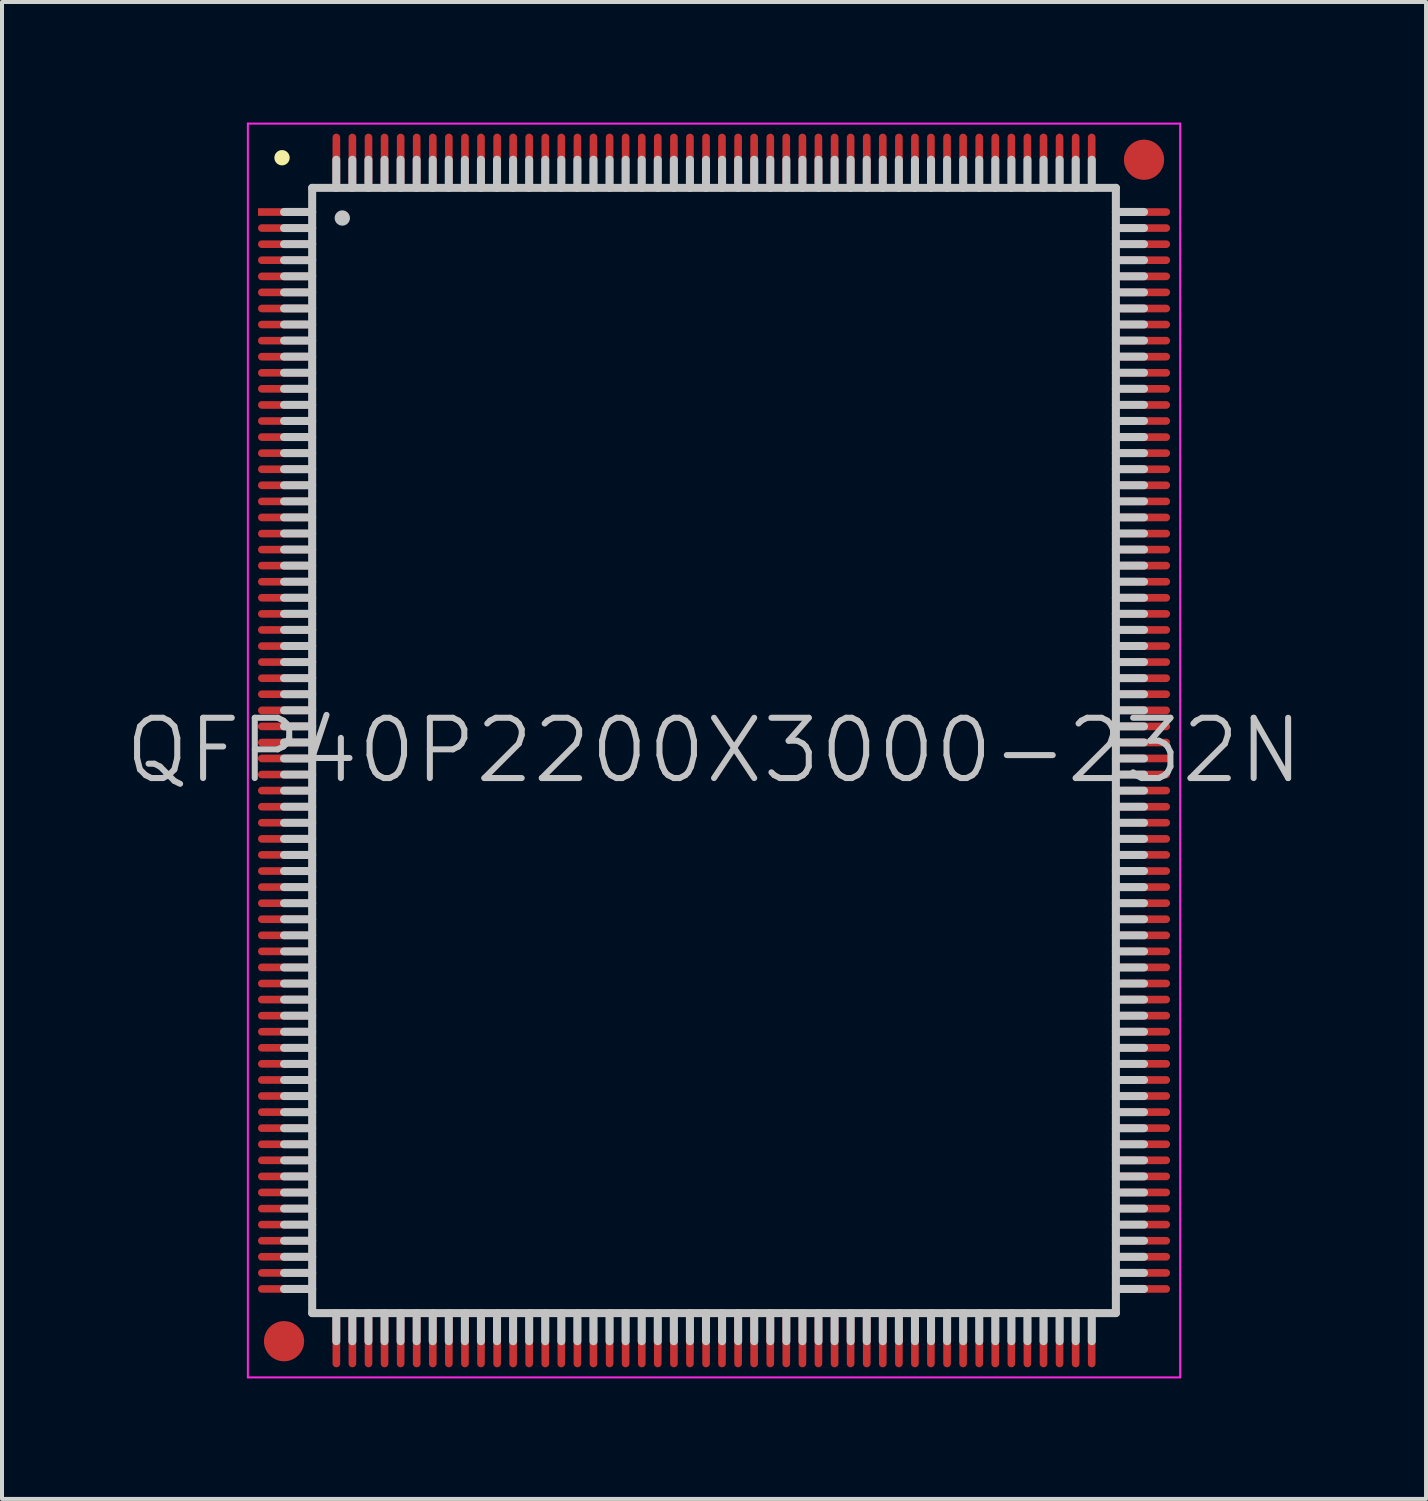
<source format=kicad_pcb>
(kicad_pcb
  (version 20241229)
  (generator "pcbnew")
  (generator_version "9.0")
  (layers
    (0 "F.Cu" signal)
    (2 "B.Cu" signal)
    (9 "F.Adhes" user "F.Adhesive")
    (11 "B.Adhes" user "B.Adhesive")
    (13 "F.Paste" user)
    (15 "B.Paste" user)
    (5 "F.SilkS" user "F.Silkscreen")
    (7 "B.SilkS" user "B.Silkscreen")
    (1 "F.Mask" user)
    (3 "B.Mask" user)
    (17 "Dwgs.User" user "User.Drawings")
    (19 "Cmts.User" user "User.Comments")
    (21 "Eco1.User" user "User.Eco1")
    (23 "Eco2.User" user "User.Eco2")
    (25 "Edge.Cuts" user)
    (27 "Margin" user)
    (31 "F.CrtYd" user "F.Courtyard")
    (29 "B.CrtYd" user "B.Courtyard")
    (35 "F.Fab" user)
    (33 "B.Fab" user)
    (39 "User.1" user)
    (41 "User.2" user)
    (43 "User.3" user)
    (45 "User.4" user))
  (footprint "QFP40P2200X3000-232N"
    (layer "F.Cu")
    (at 14.718 15.625)
    (property "Reference" "QFP40P2200X3000-232N" (at 0 0 0) (layer "Dwgs.User") (effects (font (size 1.5 1.5) (thickness 0.15))))
    (attr smd)
    (fp_line (start -10.75 -14.75) (end -10.75 -14.75) (stroke (width 0.381) (type solid)) (layer "F.SilkS"))
    (fp_line (start -10 -14) (end -10 14) (stroke (width 0.2) (type solid)) (layer "Dwgs.User"))
    (fp_line (start -10 -14) (end 10 -14) (stroke (width 0.2) (type solid)) (layer "Dwgs.User"))
    (fp_line (start -10 -13.4) (end -10.7 -13.4) (stroke (width 0.2) (type solid)) (layer "Dwgs.User"))
    (fp_line (start -10 -13) (end -10.7 -13) (stroke (width 0.2) (type solid)) (layer "Dwgs.User"))
    (fp_line (start -10 -12.6) (end -10.7 -12.6) (stroke (width 0.2) (type solid)) (layer "Dwgs.User"))
    (fp_line (start -10 -12.2) (end -10.7 -12.2) (stroke (width 0.2) (type solid)) (layer "Dwgs.User"))
    (fp_line (start -10 -11.8) (end -10.7 -11.8) (stroke (width 0.2) (type solid)) (layer "Dwgs.User"))
    (fp_line (start -10 -11.4) (end -10.7 -11.4) (stroke (width 0.2) (type solid)) (layer "Dwgs.User"))
    (fp_line (start -10 -11) (end -10.7 -11) (stroke (width 0.2) (type solid)) (layer "Dwgs.User"))
    (fp_line (start -10 -10.6) (end -10.7 -10.6) (stroke (width 0.2) (type solid)) (layer "Dwgs.User"))
    (fp_line (start -10 -10.2) (end -10.7 -10.2) (stroke (width 0.2) (type solid)) (layer "Dwgs.User"))
    (fp_line (start -10 -9.8) (end -10.7 -9.8) (stroke (width 0.2) (type solid)) (layer "Dwgs.User"))
    (fp_line (start -10 -9.4) (end -10.7 -9.4) (stroke (width 0.2) (type solid)) (layer "Dwgs.User"))
    (fp_line (start -10 -9) (end -10.7 -9) (stroke (width 0.2) (type solid)) (layer "Dwgs.User"))
    (fp_line (start -10 -8.6) (end -10.7 -8.6) (stroke (width 0.2) (type solid)) (layer "Dwgs.User"))
    (fp_line (start -10 -8.2) (end -10.7 -8.2) (stroke (width 0.2) (type solid)) (layer "Dwgs.User"))
    (fp_line (start -10 -7.8) (end -10.7 -7.8) (stroke (width 0.2) (type solid)) (layer "Dwgs.User"))
    (fp_line (start -10 -7.4) (end -10.7 -7.4) (stroke (width 0.2) (type solid)) (layer "Dwgs.User"))
    (fp_line (start -10 -7) (end -10.7 -7) (stroke (width 0.2) (type solid)) (layer "Dwgs.User"))
    (fp_line (start -10 -6.6) (end -10.7 -6.6) (stroke (width 0.2) (type solid)) (layer "Dwgs.User"))
    (fp_line (start -10 -6.2) (end -10.7 -6.2) (stroke (width 0.2) (type solid)) (layer "Dwgs.User"))
    (fp_line (start -10 -5.8) (end -10.7 -5.8) (stroke (width 0.2) (type solid)) (layer "Dwgs.User"))
    (fp_line (start -10 -5.4) (end -10.7 -5.4) (stroke (width 0.2) (type solid)) (layer "Dwgs.User"))
    (fp_line (start -10 -5) (end -10.7 -5) (stroke (width 0.2) (type solid)) (layer "Dwgs.User"))
    (fp_line (start -10 -4.6) (end -10.7 -4.6) (stroke (width 0.2) (type solid)) (layer "Dwgs.User"))
    (fp_line (start -10 -4.2) (end -10.7 -4.2) (stroke (width 0.2) (type solid)) (layer "Dwgs.User"))
    (fp_line (start -10 -3.8) (end -10.7 -3.8) (stroke (width 0.2) (type solid)) (layer "Dwgs.User"))
    (fp_line (start -10 -3.4) (end -10.7 -3.4) (stroke (width 0.2) (type solid)) (layer "Dwgs.User"))
    (fp_line (start -10 -3) (end -10.7 -3) (stroke (width 0.2) (type solid)) (layer "Dwgs.User"))
    (fp_line (start -10 -2.6) (end -10.7 -2.6) (stroke (width 0.2) (type solid)) (layer "Dwgs.User"))
    (fp_line (start -10 -2.2) (end -10.7 -2.2) (stroke (width 0.2) (type solid)) (layer "Dwgs.User"))
    (fp_line (start -10 -1.8) (end -10.7 -1.8) (stroke (width 0.2) (type solid)) (layer "Dwgs.User"))
    (fp_line (start -10 -1.4) (end -10.7 -1.4) (stroke (width 0.2) (type solid)) (layer "Dwgs.User"))
    (fp_line (start -10 -1) (end -10.7 -1) (stroke (width 0.2) (type solid)) (layer "Dwgs.User"))
    (fp_line (start -10 -0.6) (end -10.7 -0.6) (stroke (width 0.2) (type solid)) (layer "Dwgs.User"))
    (fp_line (start -10 -0.2) (end -10.7 -0.2) (stroke (width 0.2) (type solid)) (layer "Dwgs.User"))
    (fp_line (start -10 0.2) (end -10.7 0.2) (stroke (width 0.2) (type solid)) (layer "Dwgs.User"))
    (fp_line (start -10 0.6) (end -10.7 0.6) (stroke (width 0.2) (type solid)) (layer "Dwgs.User"))
    (fp_line (start -10 1) (end -10.7 1) (stroke (width 0.2) (type solid)) (layer "Dwgs.User"))
    (fp_line (start -10 1.4) (end -10.7 1.4) (stroke (width 0.2) (type solid)) (layer "Dwgs.User"))
    (fp_line (start -10 1.8) (end -10.7 1.8) (stroke (width 0.2) (type solid)) (layer "Dwgs.User"))
    (fp_line (start -10 2.2) (end -10.7 2.2) (stroke (width 0.2) (type solid)) (layer "Dwgs.User"))
    (fp_line (start -10 2.6) (end -10.7 2.6) (stroke (width 0.2) (type solid)) (layer "Dwgs.User"))
    (fp_line (start -10 3) (end -10.7 3) (stroke (width 0.2) (type solid)) (layer "Dwgs.User"))
    (fp_line (start -10 3.4) (end -10.7 3.4) (stroke (width 0.2) (type solid)) (layer "Dwgs.User"))
    (fp_line (start -10 3.8) (end -10.7 3.8) (stroke (width 0.2) (type solid)) (layer "Dwgs.User"))
    (fp_line (start -10 4.2) (end -10.7 4.2) (stroke (width 0.2) (type solid)) (layer "Dwgs.User"))
    (fp_line (start -10 4.6) (end -10.7 4.6) (stroke (width 0.2) (type solid)) (layer "Dwgs.User"))
    (fp_line (start -10 5) (end -10.7 5) (stroke (width 0.2) (type solid)) (layer "Dwgs.User"))
    (fp_line (start -10 5.4) (end -10.7 5.4) (stroke (width 0.2) (type solid)) (layer "Dwgs.User"))
    (fp_line (start -10 5.8) (end -10.7 5.8) (stroke (width 0.2) (type solid)) (layer "Dwgs.User"))
    (fp_line (start -10 6.2) (end -10.7 6.2) (stroke (width 0.2) (type solid)) (layer "Dwgs.User"))
    (fp_line (start -10 6.6) (end -10.7 6.6) (stroke (width 0.2) (type solid)) (layer "Dwgs.User"))
    (fp_line (start -10 7) (end -10.7 7) (stroke (width 0.2) (type solid)) (layer "Dwgs.User"))
    (fp_line (start -10 7.4) (end -10.7 7.4) (stroke (width 0.2) (type solid)) (layer "Dwgs.User"))
    (fp_line (start -10 7.8) (end -10.7 7.8) (stroke (width 0.2) (type solid)) (layer "Dwgs.User"))
    (fp_line (start -10 8.2) (end -10.7 8.2) (stroke (width 0.2) (type solid)) (layer "Dwgs.User"))
    (fp_line (start -10 8.6) (end -10.7 8.6) (stroke (width 0.2) (type solid)) (layer "Dwgs.User"))
    (fp_line (start -10 9) (end -10.7 9) (stroke (width 0.2) (type solid)) (layer "Dwgs.User"))
    (fp_line (start -10 9.4) (end -10.7 9.4) (stroke (width 0.2) (type solid)) (layer "Dwgs.User"))
    (fp_line (start -10 9.8) (end -10.7 9.8) (stroke (width 0.2) (type solid)) (layer "Dwgs.User"))
    (fp_line (start -10 10.2) (end -10.7 10.2) (stroke (width 0.2) (type solid)) (layer "Dwgs.User"))
    (fp_line (start -10 10.6) (end -10.7 10.6) (stroke (width 0.2) (type solid)) (layer "Dwgs.User"))
    (fp_line (start -10 11) (end -10.7 11) (stroke (width 0.2) (type solid)) (layer "Dwgs.User"))
    (fp_line (start -10 11.4) (end -10.7 11.4) (stroke (width 0.2) (type solid)) (layer "Dwgs.User"))
    (fp_line (start -10 11.8) (end -10.7 11.8) (stroke (width 0.2) (type solid)) (layer "Dwgs.User"))
    (fp_line (start -10 12.2) (end -10.7 12.2) (stroke (width 0.2) (type solid)) (layer "Dwgs.User"))
    (fp_line (start -10 12.6) (end -10.7 12.6) (stroke (width 0.2) (type solid)) (layer "Dwgs.User"))
    (fp_line (start -10 13) (end -10.7 13) (stroke (width 0.2) (type solid)) (layer "Dwgs.User"))
    (fp_line (start -10 13.4) (end -10.7 13.4) (stroke (width 0.2) (type solid)) (layer "Dwgs.User"))
    (fp_line (start -10 14) (end 10 14) (stroke (width 0.2) (type solid)) (layer "Dwgs.User"))
    (fp_line (start -9.4 -14) (end -9.4 -14.7) (stroke (width 0.2) (type solid)) (layer "Dwgs.User"))
    (fp_line (start -9.4 14.7) (end -9.4 14) (stroke (width 0.2) (type solid)) (layer "Dwgs.User"))
    (fp_line (start -9.25 -13.25) (end -9.25 -13.25) (stroke (width 0.381) (type solid)) (layer "Dwgs.User"))
    (fp_line (start -9 -14) (end -9 -14.7) (stroke (width 0.2) (type solid)) (layer "Dwgs.User"))
    (fp_line (start -9 14.7) (end -9 14) (stroke (width 0.2) (type solid)) (layer "Dwgs.User"))
    (fp_line (start -8.6 -14) (end -8.6 -14.7) (stroke (width 0.2) (type solid)) (layer "Dwgs.User"))
    (fp_line (start -8.6 14.7) (end -8.6 14) (stroke (width 0.2) (type solid)) (layer "Dwgs.User"))
    (fp_line (start -8.2 -14) (end -8.2 -14.7) (stroke (width 0.2) (type solid)) (layer "Dwgs.User"))
    (fp_line (start -8.2 14.7) (end -8.2 14) (stroke (width 0.2) (type solid)) (layer "Dwgs.User"))
    (fp_line (start -7.8 -14) (end -7.8 -14.7) (stroke (width 0.2) (type solid)) (layer "Dwgs.User"))
    (fp_line (start -7.8 14.7) (end -7.8 14) (stroke (width 0.2) (type solid)) (layer "Dwgs.User"))
    (fp_line (start -7.4 -14) (end -7.4 -14.7) (stroke (width 0.2) (type solid)) (layer "Dwgs.User"))
    (fp_line (start -7.4 14.7) (end -7.4 14) (stroke (width 0.2) (type solid)) (layer "Dwgs.User"))
    (fp_line (start -7 -14) (end -7 -14.7) (stroke (width 0.2) (type solid)) (layer "Dwgs.User"))
    (fp_line (start -7 14.7) (end -7 14) (stroke (width 0.2) (type solid)) (layer "Dwgs.User"))
    (fp_line (start -6.6 -14) (end -6.6 -14.7) (stroke (width 0.2) (type solid)) (layer "Dwgs.User"))
    (fp_line (start -6.6 14.7) (end -6.6 14) (stroke (width 0.2) (type solid)) (layer "Dwgs.User"))
    (fp_line (start -6.2 -14) (end -6.2 -14.7) (stroke (width 0.2) (type solid)) (layer "Dwgs.User"))
    (fp_line (start -6.2 14.7) (end -6.2 14) (stroke (width 0.2) (type solid)) (layer "Dwgs.User"))
    (fp_line (start -5.8 -14) (end -5.8 -14.7) (stroke (width 0.2) (type solid)) (layer "Dwgs.User"))
    (fp_line (start -5.8 14.7) (end -5.8 14) (stroke (width 0.2) (type solid)) (layer "Dwgs.User"))
    (fp_line (start -5.4 -14) (end -5.4 -14.7) (stroke (width 0.2) (type solid)) (layer "Dwgs.User"))
    (fp_line (start -5.4 14.7) (end -5.4 14) (stroke (width 0.2) (type solid)) (layer "Dwgs.User"))
    (fp_line (start -5 -14) (end -5 -14.7) (stroke (width 0.2) (type solid)) (layer "Dwgs.User"))
    (fp_line (start -5 14.7) (end -5 14) (stroke (width 0.2) (type solid)) (layer "Dwgs.User"))
    (fp_line (start -4.6 -14) (end -4.6 -14.7) (stroke (width 0.2) (type solid)) (layer "Dwgs.User"))
    (fp_line (start -4.6 14.7) (end -4.6 14) (stroke (width 0.2) (type solid)) (layer "Dwgs.User"))
    (fp_line (start -4.2 -14) (end -4.2 -14.7) (stroke (width 0.2) (type solid)) (layer "Dwgs.User"))
    (fp_line (start -4.2 14.7) (end -4.2 14) (stroke (width 0.2) (type solid)) (layer "Dwgs.User"))
    (fp_line (start -3.8 -14) (end -3.8 -14.7) (stroke (width 0.2) (type solid)) (layer "Dwgs.User"))
    (fp_line (start -3.8 14.7) (end -3.8 14) (stroke (width 0.2) (type solid)) (layer "Dwgs.User"))
    (fp_line (start -3.4 -14) (end -3.4 -14.7) (stroke (width 0.2) (type solid)) (layer "Dwgs.User"))
    (fp_line (start -3.4 14.7) (end -3.4 14) (stroke (width 0.2) (type solid)) (layer "Dwgs.User"))
    (fp_line (start -3 -14) (end -3 -14.7) (stroke (width 0.2) (type solid)) (layer "Dwgs.User"))
    (fp_line (start -3 14.7) (end -3 14) (stroke (width 0.2) (type solid)) (layer "Dwgs.User"))
    (fp_line (start -2.6 -14) (end -2.6 -14.7) (stroke (width 0.2) (type solid)) (layer "Dwgs.User"))
    (fp_line (start -2.6 14.7) (end -2.6 14) (stroke (width 0.2) (type solid)) (layer "Dwgs.User"))
    (fp_line (start -2.2 -14) (end -2.2 -14.7) (stroke (width 0.2) (type solid)) (layer "Dwgs.User"))
    (fp_line (start -2.2 14.7) (end -2.2 14) (stroke (width 0.2) (type solid)) (layer "Dwgs.User"))
    (fp_line (start -1.8 -14) (end -1.8 -14.7) (stroke (width 0.2) (type solid)) (layer "Dwgs.User"))
    (fp_line (start -1.8 14.7) (end -1.8 14) (stroke (width 0.2) (type solid)) (layer "Dwgs.User"))
    (fp_line (start -1.4 -14) (end -1.4 -14.7) (stroke (width 0.2) (type solid)) (layer "Dwgs.User"))
    (fp_line (start -1.4 14.7) (end -1.4 14) (stroke (width 0.2) (type solid)) (layer "Dwgs.User"))
    (fp_line (start -1 -14) (end -1 -14.7) (stroke (width 0.2) (type solid)) (layer "Dwgs.User"))
    (fp_line (start -1 14.7) (end -1 14) (stroke (width 0.2) (type solid)) (layer "Dwgs.User"))
    (fp_line (start -0.6 -14) (end -0.6 -14.7) (stroke (width 0.2) (type solid)) (layer "Dwgs.User"))
    (fp_line (start -0.6 14.7) (end -0.6 14) (stroke (width 0.2) (type solid)) (layer "Dwgs.User"))
    (fp_line (start -0.2 -14) (end -0.2 -14.7) (stroke (width 0.2) (type solid)) (layer "Dwgs.User"))
    (fp_line (start -0.2 14.7) (end -0.2 14) (stroke (width 0.2) (type solid)) (layer "Dwgs.User"))
    (fp_line (start 0.2 -14) (end 0.2 -14.7) (stroke (width 0.2) (type solid)) (layer "Dwgs.User"))
    (fp_line (start 0.2 14.7) (end 0.2 14) (stroke (width 0.2) (type solid)) (layer "Dwgs.User"))
    (fp_line (start 0.6 -14) (end 0.6 -14.7) (stroke (width 0.2) (type solid)) (layer "Dwgs.User"))
    (fp_line (start 0.6 14.7) (end 0.6 14) (stroke (width 0.2) (type solid)) (layer "Dwgs.User"))
    (fp_line (start 1 -14) (end 1 -14.7) (stroke (width 0.2) (type solid)) (layer "Dwgs.User"))
    (fp_line (start 1 14.7) (end 1 14) (stroke (width 0.2) (type solid)) (layer "Dwgs.User"))
    (fp_line (start 1.4 -14) (end 1.4 -14.7) (stroke (width 0.2) (type solid)) (layer "Dwgs.User"))
    (fp_line (start 1.4 14.7) (end 1.4 14) (stroke (width 0.2) (type solid)) (layer "Dwgs.User"))
    (fp_line (start 1.8 -14) (end 1.8 -14.7) (stroke (width 0.2) (type solid)) (layer "Dwgs.User"))
    (fp_line (start 1.8 14.7) (end 1.8 14) (stroke (width 0.2) (type solid)) (layer "Dwgs.User"))
    (fp_line (start 2.2 -14) (end 2.2 -14.7) (stroke (width 0.2) (type solid)) (layer "Dwgs.User"))
    (fp_line (start 2.2 14.7) (end 2.2 14) (stroke (width 0.2) (type solid)) (layer "Dwgs.User"))
    (fp_line (start 2.6 -14) (end 2.6 -14.7) (stroke (width 0.2) (type solid)) (layer "Dwgs.User"))
    (fp_line (start 2.6 14.7) (end 2.6 14) (stroke (width 0.2) (type solid)) (layer "Dwgs.User"))
    (fp_line (start 3 -14) (end 3 -14.7) (stroke (width 0.2) (type solid)) (layer "Dwgs.User"))
    (fp_line (start 3 14.7) (end 3 14) (stroke (width 0.2) (type solid)) (layer "Dwgs.User"))
    (fp_line (start 3.4 -14) (end 3.4 -14.7) (stroke (width 0.2) (type solid)) (layer "Dwgs.User"))
    (fp_line (start 3.4 14.7) (end 3.4 14) (stroke (width 0.2) (type solid)) (layer "Dwgs.User"))
    (fp_line (start 3.8 -14) (end 3.8 -14.7) (stroke (width 0.2) (type solid)) (layer "Dwgs.User"))
    (fp_line (start 3.8 14.7) (end 3.8 14) (stroke (width 0.2) (type solid)) (layer "Dwgs.User"))
    (fp_line (start 4.2 -14) (end 4.2 -14.7) (stroke (width 0.2) (type solid)) (layer "Dwgs.User"))
    (fp_line (start 4.2 14.7) (end 4.2 14) (stroke (width 0.2) (type solid)) (layer "Dwgs.User"))
    (fp_line (start 4.6 -14) (end 4.6 -14.7) (stroke (width 0.2) (type solid)) (layer "Dwgs.User"))
    (fp_line (start 4.6 14.7) (end 4.6 14) (stroke (width 0.2) (type solid)) (layer "Dwgs.User"))
    (fp_line (start 5 -14) (end 5 -14.7) (stroke (width 0.2) (type solid)) (layer "Dwgs.User"))
    (fp_line (start 5 14.7) (end 5 14) (stroke (width 0.2) (type solid)) (layer "Dwgs.User"))
    (fp_line (start 5.4 -14) (end 5.4 -14.7) (stroke (width 0.2) (type solid)) (layer "Dwgs.User"))
    (fp_line (start 5.4 14.7) (end 5.4 14) (stroke (width 0.2) (type solid)) (layer "Dwgs.User"))
    (fp_line (start 5.8 -14) (end 5.8 -14.7) (stroke (width 0.2) (type solid)) (layer "Dwgs.User"))
    (fp_line (start 5.8 14.7) (end 5.8 14) (stroke (width 0.2) (type solid)) (layer "Dwgs.User"))
    (fp_line (start 6.2 -14) (end 6.2 -14.7) (stroke (width 0.2) (type solid)) (layer "Dwgs.User"))
    (fp_line (start 6.2 14.7) (end 6.2 14) (stroke (width 0.2) (type solid)) (layer "Dwgs.User"))
    (fp_line (start 6.6 -14) (end 6.6 -14.7) (stroke (width 0.2) (type solid)) (layer "Dwgs.User"))
    (fp_line (start 6.6 14.7) (end 6.6 14) (stroke (width 0.2) (type solid)) (layer "Dwgs.User"))
    (fp_line (start 7 -14) (end 7 -14.7) (stroke (width 0.2) (type solid)) (layer "Dwgs.User"))
    (fp_line (start 7 14.7) (end 7 14) (stroke (width 0.2) (type solid)) (layer "Dwgs.User"))
    (fp_line (start 7.4 -14) (end 7.4 -14.7) (stroke (width 0.2) (type solid)) (layer "Dwgs.User"))
    (fp_line (start 7.4 14.7) (end 7.4 14) (stroke (width 0.2) (type solid)) (layer "Dwgs.User"))
    (fp_line (start 7.8 -14) (end 7.8 -14.7) (stroke (width 0.2) (type solid)) (layer "Dwgs.User"))
    (fp_line (start 7.8 14.7) (end 7.8 14) (stroke (width 0.2) (type solid)) (layer "Dwgs.User"))
    (fp_line (start 8.2 -14) (end 8.2 -14.7) (stroke (width 0.2) (type solid)) (layer "Dwgs.User"))
    (fp_line (start 8.2 14.7) (end 8.2 14) (stroke (width 0.2) (type solid)) (layer "Dwgs.User"))
    (fp_line (start 8.6 -14) (end 8.6 -14.7) (stroke (width 0.2) (type solid)) (layer "Dwgs.User"))
    (fp_line (start 8.6 14.7) (end 8.6 14) (stroke (width 0.2) (type solid)) (layer "Dwgs.User"))
    (fp_line (start 9 -14) (end 9 -14.7) (stroke (width 0.2) (type solid)) (layer "Dwgs.User"))
    (fp_line (start 9 14.7) (end 9 14) (stroke (width 0.2) (type solid)) (layer "Dwgs.User"))
    (fp_line (start 9.4 -14) (end 9.4 -14.7) (stroke (width 0.2) (type solid)) (layer "Dwgs.User"))
    (fp_line (start 9.4 14.7) (end 9.4 14) (stroke (width 0.2) (type solid)) (layer "Dwgs.User"))
    (fp_line (start 10 -14) (end 10 14) (stroke (width 0.2) (type solid)) (layer "Dwgs.User"))
    (fp_line (start 10.7 -13.4) (end 10 -13.4) (stroke (width 0.2) (type solid)) (layer "Dwgs.User"))
    (fp_line (start 10.7 -13) (end 10 -13) (stroke (width 0.2) (type solid)) (layer "Dwgs.User"))
    (fp_line (start 10.7 -12.6) (end 10 -12.6) (stroke (width 0.2) (type solid)) (layer "Dwgs.User"))
    (fp_line (start 10.7 -12.2) (end 10 -12.2) (stroke (width 0.2) (type solid)) (layer "Dwgs.User"))
    (fp_line (start 10.7 -11.8) (end 10 -11.8) (stroke (width 0.2) (type solid)) (layer "Dwgs.User"))
    (fp_line (start 10.7 -11.4) (end 10 -11.4) (stroke (width 0.2) (type solid)) (layer "Dwgs.User"))
    (fp_line (start 10.7 -11) (end 10 -11) (stroke (width 0.2) (type solid)) (layer "Dwgs.User"))
    (fp_line (start 10.7 -10.6) (end 10 -10.6) (stroke (width 0.2) (type solid)) (layer "Dwgs.User"))
    (fp_line (start 10.7 -10.2) (end 10 -10.2) (stroke (width 0.2) (type solid)) (layer "Dwgs.User"))
    (fp_line (start 10.7 -9.8) (end 10 -9.8) (stroke (width 0.2) (type solid)) (layer "Dwgs.User"))
    (fp_line (start 10.7 -9.4) (end 10 -9.4) (stroke (width 0.2) (type solid)) (layer "Dwgs.User"))
    (fp_line (start 10.7 -9) (end 10 -9) (stroke (width 0.2) (type solid)) (layer "Dwgs.User"))
    (fp_line (start 10.7 -8.6) (end 10 -8.6) (stroke (width 0.2) (type solid)) (layer "Dwgs.User"))
    (fp_line (start 10.7 -8.2) (end 10 -8.2) (stroke (width 0.2) (type solid)) (layer "Dwgs.User"))
    (fp_line (start 10.7 -7.8) (end 10 -7.8) (stroke (width 0.2) (type solid)) (layer "Dwgs.User"))
    (fp_line (start 10.7 -7.4) (end 10 -7.4) (stroke (width 0.2) (type solid)) (layer "Dwgs.User"))
    (fp_line (start 10.7 -7) (end 10 -7) (stroke (width 0.2) (type solid)) (layer "Dwgs.User"))
    (fp_line (start 10.7 -6.6) (end 10 -6.6) (stroke (width 0.2) (type solid)) (layer "Dwgs.User"))
    (fp_line (start 10.7 -6.2) (end 10 -6.2) (stroke (width 0.2) (type solid)) (layer "Dwgs.User"))
    (fp_line (start 10.7 -5.8) (end 10 -5.8) (stroke (width 0.2) (type solid)) (layer "Dwgs.User"))
    (fp_line (start 10.7 -5.4) (end 10 -5.4) (stroke (width 0.2) (type solid)) (layer "Dwgs.User"))
    (fp_line (start 10.7 -5) (end 10 -5) (stroke (width 0.2) (type solid)) (layer "Dwgs.User"))
    (fp_line (start 10.7 -4.6) (end 10 -4.6) (stroke (width 0.2) (type solid)) (layer "Dwgs.User"))
    (fp_line (start 10.7 -4.2) (end 10 -4.2) (stroke (width 0.2) (type solid)) (layer "Dwgs.User"))
    (fp_line (start 10.7 -3.8) (end 10 -3.8) (stroke (width 0.2) (type solid)) (layer "Dwgs.User"))
    (fp_line (start 10.7 -3.4) (end 10 -3.4) (stroke (width 0.2) (type solid)) (layer "Dwgs.User"))
    (fp_line (start 10.7 -3) (end 10 -3) (stroke (width 0.2) (type solid)) (layer "Dwgs.User"))
    (fp_line (start 10.7 -2.6) (end 10 -2.6) (stroke (width 0.2) (type solid)) (layer "Dwgs.User"))
    (fp_line (start 10.7 -2.2) (end 10 -2.2) (stroke (width 0.2) (type solid)) (layer "Dwgs.User"))
    (fp_line (start 10.7 -1.8) (end 10 -1.8) (stroke (width 0.2) (type solid)) (layer "Dwgs.User"))
    (fp_line (start 10.7 -1.4) (end 10 -1.4) (stroke (width 0.2) (type solid)) (layer "Dwgs.User"))
    (fp_line (start 10.7 -1) (end 10 -1) (stroke (width 0.2) (type solid)) (layer "Dwgs.User"))
    (fp_line (start 10.7 -0.6) (end 10 -0.6) (stroke (width 0.2) (type solid)) (layer "Dwgs.User"))
    (fp_line (start 10.7 -0.2) (end 10 -0.2) (stroke (width 0.2) (type solid)) (layer "Dwgs.User"))
    (fp_line (start 10.7 0.2) (end 10 0.2) (stroke (width 0.2) (type solid)) (layer "Dwgs.User"))
    (fp_line (start 10.7 0.6) (end 10 0.6) (stroke (width 0.2) (type solid)) (layer "Dwgs.User"))
    (fp_line (start 10.7 1) (end 10 1) (stroke (width 0.2) (type solid)) (layer "Dwgs.User"))
    (fp_line (start 10.7 1.4) (end 10 1.4) (stroke (width 0.2) (type solid)) (layer "Dwgs.User"))
    (fp_line (start 10.7 1.8) (end 10 1.8) (stroke (width 0.2) (type solid)) (layer "Dwgs.User"))
    (fp_line (start 10.7 2.2) (end 10 2.2) (stroke (width 0.2) (type solid)) (layer "Dwgs.User"))
    (fp_line (start 10.7 2.6) (end 10 2.6) (stroke (width 0.2) (type solid)) (layer "Dwgs.User"))
    (fp_line (start 10.7 3) (end 10 3) (stroke (width 0.2) (type solid)) (layer "Dwgs.User"))
    (fp_line (start 10.7 3.4) (end 10 3.4) (stroke (width 0.2) (type solid)) (layer "Dwgs.User"))
    (fp_line (start 10.7 3.8) (end 10 3.8) (stroke (width 0.2) (type solid)) (layer "Dwgs.User"))
    (fp_line (start 10.7 4.2) (end 10 4.2) (stroke (width 0.2) (type solid)) (layer "Dwgs.User"))
    (fp_line (start 10.7 4.6) (end 10 4.6) (stroke (width 0.2) (type solid)) (layer "Dwgs.User"))
    (fp_line (start 10.7 5) (end 10 5) (stroke (width 0.2) (type solid)) (layer "Dwgs.User"))
    (fp_line (start 10.7 5.4) (end 10 5.4) (stroke (width 0.2) (type solid)) (layer "Dwgs.User"))
    (fp_line (start 10.7 5.8) (end 10 5.8) (stroke (width 0.2) (type solid)) (layer "Dwgs.User"))
    (fp_line (start 10.7 6.2) (end 10 6.2) (stroke (width 0.2) (type solid)) (layer "Dwgs.User"))
    (fp_line (start 10.7 6.6) (end 10 6.6) (stroke (width 0.2) (type solid)) (layer "Dwgs.User"))
    (fp_line (start 10.7 7) (end 10 7) (stroke (width 0.2) (type solid)) (layer "Dwgs.User"))
    (fp_line (start 10.7 7.4) (end 10 7.4) (stroke (width 0.2) (type solid)) (layer "Dwgs.User"))
    (fp_line (start 10.7 7.8) (end 10 7.8) (stroke (width 0.2) (type solid)) (layer "Dwgs.User"))
    (fp_line (start 10.7 8.2) (end 10 8.2) (stroke (width 0.2) (type solid)) (layer "Dwgs.User"))
    (fp_line (start 10.7 8.6) (end 10 8.6) (stroke (width 0.2) (type solid)) (layer "Dwgs.User"))
    (fp_line (start 10.7 9) (end 10 9) (stroke (width 0.2) (type solid)) (layer "Dwgs.User"))
    (fp_line (start 10.7 9.4) (end 10 9.4) (stroke (width 0.2) (type solid)) (layer "Dwgs.User"))
    (fp_line (start 10.7 9.8) (end 10 9.8) (stroke (width 0.2) (type solid)) (layer "Dwgs.User"))
    (fp_line (start 10.7 10.2) (end 10 10.2) (stroke (width 0.2) (type solid)) (layer "Dwgs.User"))
    (fp_line (start 10.7 10.6) (end 10 10.6) (stroke (width 0.2) (type solid)) (layer "Dwgs.User"))
    (fp_line (start 10.7 11) (end 10 11) (stroke (width 0.2) (type solid)) (layer "Dwgs.User"))
    (fp_line (start 10.7 11.4) (end 10 11.4) (stroke (width 0.2) (type solid)) (layer "Dwgs.User"))
    (fp_line (start 10.7 11.8) (end 10 11.8) (stroke (width 0.2) (type solid)) (layer "Dwgs.User"))
    (fp_line (start 10.7 12.2) (end 10 12.2) (stroke (width 0.2) (type solid)) (layer "Dwgs.User"))
    (fp_line (start 10.7 12.6) (end 10 12.6) (stroke (width 0.2) (type solid)) (layer "Dwgs.User"))
    (fp_line (start 10.7 13) (end 10 13) (stroke (width 0.2) (type solid)) (layer "Dwgs.User"))
    (fp_line (start 10.7 13.4) (end 10 13.4) (stroke (width 0.2) (type solid)) (layer "Dwgs.User"))
    (fp_line (start -11.6 -15.6) (end -11.6 15.6) (stroke (width 0.05) (type solid)) (layer "F.CrtYd"))
    (fp_line (start -11.6 -15.6) (end 11.6 -15.6) (stroke (width 0.05) (type solid)) (layer "F.CrtYd"))
    (fp_line (start -11.6 15.6) (end 11.6 15.6) (stroke (width 0.05) (type solid)) (layer "F.CrtYd"))
    (fp_line (start 11.6 -15.6) (end 11.6 15.6) (stroke (width 0.05) (type solid)) (layer "F.CrtYd"))
    (pad "" smd circle (at -10.7 14.7) (size 1 1) (layers "F.Cu" "F.Mask"))
    (pad "" smd circle (at 10.7 -14.7) (size 1 1) (layers "F.Cu" "F.Mask"))
    (pad "1" smd rect (at -10.698 -13.399 90) (size 0.19 1.3) (layers "F.Cu" "F.Mask" "F.Paste"))
    (pad "2" smd oval (at -10.698 -13 90) (size 0.19 1.3) (layers "F.Cu" "F.Mask" "F.Paste"))
    (pad "3" smd oval (at -10.698 -12.598 90) (size 0.19 1.3) (layers "F.Cu" "F.Mask" "F.Paste"))
    (pad "4" smd oval (at -10.698 -12.2 90) (size 0.19 1.3) (layers "F.Cu" "F.Mask" "F.Paste"))
    (pad "5" smd oval (at -10.698 -11.798 90) (size 0.19 1.3) (layers "F.Cu" "F.Mask" "F.Paste"))
    (pad "6" smd oval (at -10.698 -11.4 90) (size 0.19 1.3) (layers "F.Cu" "F.Mask" "F.Paste"))
    (pad "7" smd oval (at -10.698 -10.998 90) (size 0.19 1.3) (layers "F.Cu" "F.Mask" "F.Paste"))
    (pad "8" smd oval (at -10.698 -10.599 90) (size 0.19 1.3) (layers "F.Cu" "F.Mask" "F.Paste"))
    (pad "9" smd oval (at -10.698 -10.198 90) (size 0.19 1.3) (layers "F.Cu" "F.Mask" "F.Paste"))
    (pad "10" smd oval (at -10.698 -9.799 90) (size 0.19 1.3) (layers "F.Cu" "F.Mask" "F.Paste"))
    (pad "11" smd oval (at -10.698 -9.398 90) (size 0.19 1.3) (layers "F.Cu" "F.Mask" "F.Paste"))
    (pad "12" smd oval (at -10.698 -8.999 90) (size 0.19 1.3) (layers "F.Cu" "F.Mask" "F.Paste"))
    (pad "13" smd oval (at -10.698 -8.598 90) (size 0.19 1.3) (layers "F.Cu" "F.Mask" "F.Paste"))
    (pad "14" smd oval (at -10.698 -8.199 90) (size 0.19 1.3) (layers "F.Cu" "F.Mask" "F.Paste"))
    (pad "15" smd oval (at -10.698 -7.798 90) (size 0.19 1.3) (layers "F.Cu" "F.Mask" "F.Paste"))
    (pad "16" smd oval (at -10.698 -7.399 90) (size 0.19 1.3) (layers "F.Cu" "F.Mask" "F.Paste"))
    (pad "17" smd oval (at -10.698 -6.998 90) (size 0.19 1.3) (layers "F.Cu" "F.Mask" "F.Paste"))
    (pad "18" smd oval (at -10.698 -6.599 90) (size 0.19 1.3) (layers "F.Cu" "F.Mask" "F.Paste"))
    (pad "19" smd oval (at -10.698 -6.198 90) (size 0.19 1.3) (layers "F.Cu" "F.Mask" "F.Paste"))
    (pad "20" smd oval (at -10.698 -5.799 90) (size 0.19 1.3) (layers "F.Cu" "F.Mask" "F.Paste"))
    (pad "21" smd oval (at -10.698 -5.397 90) (size 0.19 1.3) (layers "F.Cu" "F.Mask" "F.Paste"))
    (pad "22" smd oval (at -10.698 -4.999 90) (size 0.19 1.3) (layers "F.Cu" "F.Mask" "F.Paste"))
    (pad "23" smd oval (at -10.698 -4.6 90) (size 0.19 1.3) (layers "F.Cu" "F.Mask" "F.Paste"))
    (pad "24" smd oval (at -10.698 -4.199 90) (size 0.19 1.3) (layers "F.Cu" "F.Mask" "F.Paste"))
    (pad "25" smd oval (at -10.698 -3.8 90) (size 0.19 1.3) (layers "F.Cu" "F.Mask" "F.Paste"))
    (pad "26" smd oval (at -10.698 -3.399 90) (size 0.19 1.3) (layers "F.Cu" "F.Mask" "F.Paste"))
    (pad "27" smd oval (at -10.698 -3 90) (size 0.19 1.3) (layers "F.Cu" "F.Mask" "F.Paste"))
    (pad "28" smd oval (at -10.698 -2.598 90) (size 0.19 1.3) (layers "F.Cu" "F.Mask" "F.Paste"))
    (pad "29" smd oval (at -10.698 -2.2 90) (size 0.19 1.3) (layers "F.Cu" "F.Mask" "F.Paste"))
    (pad "30" smd oval (at -10.698 -1.798 90) (size 0.19 1.3) (layers "F.Cu" "F.Mask" "F.Paste"))
    (pad "31" smd oval (at -10.698 -1.4 90) (size 0.19 1.3) (layers "F.Cu" "F.Mask" "F.Paste"))
    (pad "32" smd oval (at -10.698 -0.998 90) (size 0.19 1.3) (layers "F.Cu" "F.Mask" "F.Paste"))
    (pad "33" smd oval (at -10.698 -0.599 90) (size 0.19 1.3) (layers "F.Cu" "F.Mask" "F.Paste"))
    (pad "34" smd oval (at -10.698 -0.198 90) (size 0.19 1.3) (layers "F.Cu" "F.Mask" "F.Paste"))
    (pad "35" smd oval (at -10.698 0.198 90) (size 0.19 1.3) (layers "F.Cu" "F.Mask" "F.Paste"))
    (pad "36" smd oval (at -10.698 0.599 90) (size 0.19 1.3) (layers "F.Cu" "F.Mask" "F.Paste"))
    (pad "37" smd oval (at -10.698 0.998 90) (size 0.19 1.3) (layers "F.Cu" "F.Mask" "F.Paste"))
    (pad "38" smd oval (at -10.698 1.4 90) (size 0.19 1.3) (layers "F.Cu" "F.Mask" "F.Paste"))
    (pad "39" smd oval (at -10.698 1.798 90) (size 0.19 1.3) (layers "F.Cu" "F.Mask" "F.Paste"))
    (pad "40" smd oval (at -10.698 2.2 90) (size 0.19 1.3) (layers "F.Cu" "F.Mask" "F.Paste"))
    (pad "41" smd oval (at -10.698 2.598 90) (size 0.19 1.3) (layers "F.Cu" "F.Mask" "F.Paste"))
    (pad "42" smd oval (at -10.698 3 90) (size 0.19 1.3) (layers "F.Cu" "F.Mask" "F.Paste"))
    (pad "43" smd oval (at -10.698 3.399 90) (size 0.19 1.3) (layers "F.Cu" "F.Mask" "F.Paste"))
    (pad "44" smd oval (at -10.698 3.8 90) (size 0.19 1.3) (layers "F.Cu" "F.Mask" "F.Paste"))
    (pad "45" smd oval (at -10.698 4.199 90) (size 0.19 1.3) (layers "F.Cu" "F.Mask" "F.Paste"))
    (pad "46" smd oval (at -10.698 4.6 90) (size 0.19 1.3) (layers "F.Cu" "F.Mask" "F.Paste"))
    (pad "47" smd oval (at -10.698 4.999 90) (size 0.19 1.3) (layers "F.Cu" "F.Mask" "F.Paste"))
    (pad "48" smd oval (at -10.698 5.397 90) (size 0.19 1.3) (layers "F.Cu" "F.Mask" "F.Paste"))
    (pad "49" smd oval (at -10.698 5.799 90) (size 0.19 1.3) (layers "F.Cu" "F.Mask" "F.Paste"))
    (pad "50" smd oval (at -10.698 6.198 90) (size 0.19 1.3) (layers "F.Cu" "F.Mask" "F.Paste"))
    (pad "51" smd oval (at -10.698 6.599 90) (size 0.19 1.3) (layers "F.Cu" "F.Mask" "F.Paste"))
    (pad "52" smd oval (at -10.698 6.998 90) (size 0.19 1.3) (layers "F.Cu" "F.Mask" "F.Paste"))
    (pad "53" smd oval (at -10.698 7.399 90) (size 0.19 1.3) (layers "F.Cu" "F.Mask" "F.Paste"))
    (pad "54" smd oval (at -10.698 7.798 90) (size 0.19 1.3) (layers "F.Cu" "F.Mask" "F.Paste"))
    (pad "55" smd oval (at -10.698 8.199 90) (size 0.19 1.3) (layers "F.Cu" "F.Mask" "F.Paste"))
    (pad "56" smd oval (at -10.698 8.598 90) (size 0.19 1.3) (layers "F.Cu" "F.Mask" "F.Paste"))
    (pad "57" smd oval (at -10.698 8.999 90) (size 0.19 1.3) (layers "F.Cu" "F.Mask" "F.Paste"))
    (pad "58" smd oval (at -10.698 9.398 90) (size 0.19 1.3) (layers "F.Cu" "F.Mask" "F.Paste"))
    (pad "59" smd oval (at -10.698 9.799 90) (size 0.19 1.3) (layers "F.Cu" "F.Mask" "F.Paste"))
    (pad "60" smd oval (at -10.698 10.198 90) (size 0.19 1.3) (layers "F.Cu" "F.Mask" "F.Paste"))
    (pad "61" smd oval (at -10.698 10.599 90) (size 0.19 1.3) (layers "F.Cu" "F.Mask" "F.Paste"))
    (pad "62" smd oval (at -10.698 10.998 90) (size 0.19 1.3) (layers "F.Cu" "F.Mask" "F.Paste"))
    (pad "63" smd oval (at -10.698 11.4 90) (size 0.19 1.3) (layers "F.Cu" "F.Mask" "F.Paste"))
    (pad "64" smd oval (at -10.698 11.798 90) (size 0.19 1.3) (layers "F.Cu" "F.Mask" "F.Paste"))
    (pad "65" smd oval (at -10.698 12.2 90) (size 0.19 1.3) (layers "F.Cu" "F.Mask" "F.Paste"))
    (pad "66" smd oval (at -10.698 12.598 90) (size 0.19 1.3) (layers "F.Cu" "F.Mask" "F.Paste"))
    (pad "67" smd oval (at -10.698 13 90) (size 0.19 1.3) (layers "F.Cu" "F.Mask" "F.Paste"))
    (pad "68" smd oval (at -10.698 13.399 90) (size 0.19 1.3) (layers "F.Cu" "F.Mask" "F.Paste"))
    (pad "69" smd oval (at -9.398 14.699 180) (size 0.19 1.3) (layers "F.Cu" "F.Mask" "F.Paste"))
    (pad "70" smd oval (at -8.999 14.699 180) (size 0.19 1.3) (layers "F.Cu" "F.Mask" "F.Paste"))
    (pad "71" smd oval (at -8.598 14.699 180) (size 0.19 1.3) (layers "F.Cu" "F.Mask" "F.Paste"))
    (pad "72" smd oval (at -8.199 14.699 180) (size 0.19 1.3) (layers "F.Cu" "F.Mask" "F.Paste"))
    (pad "73" smd oval (at -7.798 14.699 180) (size 0.19 1.3) (layers "F.Cu" "F.Mask" "F.Paste"))
    (pad "74" smd oval (at -7.399 14.699 180) (size 0.19 1.3) (layers "F.Cu" "F.Mask" "F.Paste"))
    (pad "75" smd oval (at -6.998 14.699 180) (size 0.19 1.3) (layers "F.Cu" "F.Mask" "F.Paste"))
    (pad "76" smd oval (at -6.599 14.699 180) (size 0.19 1.3) (layers "F.Cu" "F.Mask" "F.Paste"))
    (pad "77" smd oval (at -6.198 14.699 180) (size 0.19 1.3) (layers "F.Cu" "F.Mask" "F.Paste"))
    (pad "78" smd oval (at -5.799 14.699 180) (size 0.19 1.3) (layers "F.Cu" "F.Mask" "F.Paste"))
    (pad "79" smd oval (at -5.397 14.699 180) (size 0.19 1.3) (layers "F.Cu" "F.Mask" "F.Paste"))
    (pad "80" smd oval (at -4.999 14.699 180) (size 0.19 1.3) (layers "F.Cu" "F.Mask" "F.Paste"))
    (pad "81" smd oval (at -4.6 14.699 180) (size 0.19 1.3) (layers "F.Cu" "F.Mask" "F.Paste"))
    (pad "82" smd oval (at -4.199 14.699 180) (size 0.19 1.3) (layers "F.Cu" "F.Mask" "F.Paste"))
    (pad "83" smd oval (at -3.8 14.699 180) (size 0.19 1.3) (layers "F.Cu" "F.Mask" "F.Paste"))
    (pad "84" smd oval (at -3.399 14.699 180) (size 0.19 1.3) (layers "F.Cu" "F.Mask" "F.Paste"))
    (pad "85" smd oval (at -3 14.699 180) (size 0.19 1.3) (layers "F.Cu" "F.Mask" "F.Paste"))
    (pad "86" smd oval (at -2.598 14.699 180) (size 0.19 1.3) (layers "F.Cu" "F.Mask" "F.Paste"))
    (pad "87" smd oval (at -2.2 14.699 180) (size 0.19 1.3) (layers "F.Cu" "F.Mask" "F.Paste"))
    (pad "88" smd oval (at -1.798 14.699 180) (size 0.19 1.3) (layers "F.Cu" "F.Mask" "F.Paste"))
    (pad "89" smd oval (at -1.4 14.699 180) (size 0.19 1.3) (layers "F.Cu" "F.Mask" "F.Paste"))
    (pad "90" smd oval (at -0.998 14.699 180) (size 0.19 1.3) (layers "F.Cu" "F.Mask" "F.Paste"))
    (pad "91" smd oval (at -0.599 14.699 180) (size 0.19 1.3) (layers "F.Cu" "F.Mask" "F.Paste"))
    (pad "92" smd oval (at -0.198 14.699 180) (size 0.19 1.3) (layers "F.Cu" "F.Mask" "F.Paste"))
    (pad "93" smd oval (at 0.198 14.699 180) (size 0.19 1.3) (layers "F.Cu" "F.Mask" "F.Paste"))
    (pad "94" smd oval (at 0.599 14.699 180) (size 0.19 1.3) (layers "F.Cu" "F.Mask" "F.Paste"))
    (pad "95" smd oval (at 0.998 14.699 180) (size 0.19 1.3) (layers "F.Cu" "F.Mask" "F.Paste"))
    (pad "96" smd oval (at 1.4 14.699 180) (size 0.19 1.3) (layers "F.Cu" "F.Mask" "F.Paste"))
    (pad "97" smd oval (at 1.798 14.699 180) (size 0.19 1.3) (layers "F.Cu" "F.Mask" "F.Paste"))
    (pad "98" smd oval (at 2.2 14.699 180) (size 0.19 1.3) (layers "F.Cu" "F.Mask" "F.Paste"))
    (pad "99" smd oval (at 2.598 14.699 180) (size 0.19 1.3) (layers "F.Cu" "F.Mask" "F.Paste"))
    (pad "100" smd oval (at 3 14.699 180) (size 0.19 1.3) (layers "F.Cu" "F.Mask" "F.Paste"))
    (pad "101" smd oval (at 3.399 14.699 180) (size 0.19 1.3) (layers "F.Cu" "F.Mask" "F.Paste"))
    (pad "102" smd oval (at 3.8 14.699 180) (size 0.19 1.3) (layers "F.Cu" "F.Mask" "F.Paste"))
    (pad "103" smd oval (at 4.199 14.699 180) (size 0.19 1.3) (layers "F.Cu" "F.Mask" "F.Paste"))
    (pad "104" smd oval (at 4.6 14.699 180) (size 0.19 1.3) (layers "F.Cu" "F.Mask" "F.Paste"))
    (pad "105" smd oval (at 4.999 14.699 180) (size 0.19 1.3) (layers "F.Cu" "F.Mask" "F.Paste"))
    (pad "106" smd oval (at 5.397 14.699 180) (size 0.19 1.3) (layers "F.Cu" "F.Mask" "F.Paste"))
    (pad "107" smd oval (at 5.799 14.699 180) (size 0.19 1.3) (layers "F.Cu" "F.Mask" "F.Paste"))
    (pad "108" smd oval (at 6.198 14.699 180) (size 0.19 1.3) (layers "F.Cu" "F.Mask" "F.Paste"))
    (pad "109" smd oval (at 6.599 14.699 180) (size 0.19 1.3) (layers "F.Cu" "F.Mask" "F.Paste"))
    (pad "110" smd oval (at 6.998 14.699 180) (size 0.19 1.3) (layers "F.Cu" "F.Mask" "F.Paste"))
    (pad "111" smd oval (at 7.399 14.699 180) (size 0.19 1.3) (layers "F.Cu" "F.Mask" "F.Paste"))
    (pad "112" smd oval (at 7.798 14.699 180) (size 0.19 1.3) (layers "F.Cu" "F.Mask" "F.Paste"))
    (pad "113" smd oval (at 8.199 14.699 180) (size 0.19 1.3) (layers "F.Cu" "F.Mask" "F.Paste"))
    (pad "114" smd oval (at 8.598 14.699 180) (size 0.19 1.3) (layers "F.Cu" "F.Mask" "F.Paste"))
    (pad "115" smd oval (at 8.999 14.699 180) (size 0.19 1.3) (layers "F.Cu" "F.Mask" "F.Paste"))
    (pad "116" smd oval (at 9.398 14.699 180) (size 0.19 1.3) (layers "F.Cu" "F.Mask" "F.Paste"))
    (pad "117" smd oval (at 10.698 13.399 270) (size 0.19 1.3) (layers "F.Cu" "F.Mask" "F.Paste"))
    (pad "118" smd oval (at 10.698 13 270) (size 0.19 1.3) (layers "F.Cu" "F.Mask" "F.Paste"))
    (pad "119" smd oval (at 10.698 12.598 270) (size 0.19 1.3) (layers "F.Cu" "F.Mask" "F.Paste"))
    (pad "120" smd oval (at 10.698 12.2 270) (size 0.19 1.3) (layers "F.Cu" "F.Mask" "F.Paste"))
    (pad "121" smd oval (at 10.698 11.798 270) (size 0.19 1.3) (layers "F.Cu" "F.Mask" "F.Paste"))
    (pad "122" smd oval (at 10.698 11.4 270) (size 0.19 1.3) (layers "F.Cu" "F.Mask" "F.Paste"))
    (pad "123" smd oval (at 10.698 10.998 270) (size 0.19 1.3) (layers "F.Cu" "F.Mask" "F.Paste"))
    (pad "124" smd oval (at 10.698 10.599 270) (size 0.19 1.3) (layers "F.Cu" "F.Mask" "F.Paste"))
    (pad "125" smd oval (at 10.698 10.198 270) (size 0.19 1.3) (layers "F.Cu" "F.Mask" "F.Paste"))
    (pad "126" smd oval (at 10.698 9.799 270) (size 0.19 1.3) (layers "F.Cu" "F.Mask" "F.Paste"))
    (pad "127" smd oval (at 10.698 9.398 270) (size 0.19 1.3) (layers "F.Cu" "F.Mask" "F.Paste"))
    (pad "128" smd oval (at 10.698 8.999 270) (size 0.19 1.3) (layers "F.Cu" "F.Mask" "F.Paste"))
    (pad "129" smd oval (at 10.698 8.598 270) (size 0.19 1.3) (layers "F.Cu" "F.Mask" "F.Paste"))
    (pad "130" smd oval (at 10.698 8.199 270) (size 0.19 1.3) (layers "F.Cu" "F.Mask" "F.Paste"))
    (pad "131" smd oval (at 10.698 7.798 270) (size 0.19 1.3) (layers "F.Cu" "F.Mask" "F.Paste"))
    (pad "132" smd oval (at 10.698 7.399 270) (size 0.19 1.3) (layers "F.Cu" "F.Mask" "F.Paste"))
    (pad "133" smd oval (at 10.698 6.998 270) (size 0.19 1.3) (layers "F.Cu" "F.Mask" "F.Paste"))
    (pad "134" smd oval (at 10.698 6.599 270) (size 0.19 1.3) (layers "F.Cu" "F.Mask" "F.Paste"))
    (pad "135" smd oval (at 10.698 6.198 270) (size 0.19 1.3) (layers "F.Cu" "F.Mask" "F.Paste"))
    (pad "136" smd oval (at 10.698 5.799 270) (size 0.19 1.3) (layers "F.Cu" "F.Mask" "F.Paste"))
    (pad "137" smd oval (at 10.698 5.397 270) (size 0.19 1.3) (layers "F.Cu" "F.Mask" "F.Paste"))
    (pad "138" smd oval (at 10.698 4.999 270) (size 0.19 1.3) (layers "F.Cu" "F.Mask" "F.Paste"))
    (pad "139" smd oval (at 10.698 4.6 270) (size 0.19 1.3) (layers "F.Cu" "F.Mask" "F.Paste"))
    (pad "140" smd oval (at 10.698 4.199 270) (size 0.19 1.3) (layers "F.Cu" "F.Mask" "F.Paste"))
    (pad "141" smd oval (at 10.698 3.8 270) (size 0.19 1.3) (layers "F.Cu" "F.Mask" "F.Paste"))
    (pad "142" smd oval (at 10.698 3.399 270) (size 0.19 1.3) (layers "F.Cu" "F.Mask" "F.Paste"))
    (pad "143" smd oval (at 10.698 3 270) (size 0.19 1.3) (layers "F.Cu" "F.Mask" "F.Paste"))
    (pad "144" smd oval (at 10.698 2.598 270) (size 0.19 1.3) (layers "F.Cu" "F.Mask" "F.Paste"))
    (pad "145" smd oval (at 10.698 2.2 270) (size 0.19 1.3) (layers "F.Cu" "F.Mask" "F.Paste"))
    (pad "146" smd oval (at 10.698 1.798 270) (size 0.19 1.3) (layers "F.Cu" "F.Mask" "F.Paste"))
    (pad "147" smd oval (at 10.698 1.4 270) (size 0.19 1.3) (layers "F.Cu" "F.Mask" "F.Paste"))
    (pad "148" smd oval (at 10.698 0.998 270) (size 0.19 1.3) (layers "F.Cu" "F.Mask" "F.Paste"))
    (pad "149" smd oval (at 10.698 0.599 270) (size 0.19 1.3) (layers "F.Cu" "F.Mask" "F.Paste"))
    (pad "150" smd oval (at 10.698 0.198 270) (size 0.19 1.3) (layers "F.Cu" "F.Mask" "F.Paste"))
    (pad "151" smd oval (at 10.698 -0.198 270) (size 0.19 1.3) (layers "F.Cu" "F.Mask" "F.Paste"))
    (pad "152" smd oval (at 10.698 -0.599 270) (size 0.19 1.3) (layers "F.Cu" "F.Mask" "F.Paste"))
    (pad "153" smd oval (at 10.698 -0.998 270) (size 0.19 1.3) (layers "F.Cu" "F.Mask" "F.Paste"))
    (pad "154" smd oval (at 10.698 -1.4 270) (size 0.19 1.3) (layers "F.Cu" "F.Mask" "F.Paste"))
    (pad "155" smd oval (at 10.698 -1.798 270) (size 0.19 1.3) (layers "F.Cu" "F.Mask" "F.Paste"))
    (pad "156" smd oval (at 10.698 -2.2 270) (size 0.19 1.3) (layers "F.Cu" "F.Mask" "F.Paste"))
    (pad "157" smd oval (at 10.698 -2.598 270) (size 0.19 1.3) (layers "F.Cu" "F.Mask" "F.Paste"))
    (pad "158" smd oval (at 10.698 -3 270) (size 0.19 1.3) (layers "F.Cu" "F.Mask" "F.Paste"))
    (pad "159" smd oval (at 10.698 -3.399 270) (size 0.19 1.3) (layers "F.Cu" "F.Mask" "F.Paste"))
    (pad "160" smd oval (at 10.698 -3.8 270) (size 0.19 1.3) (layers "F.Cu" "F.Mask" "F.Paste"))
    (pad "161" smd oval (at 10.698 -4.199 270) (size 0.19 1.3) (layers "F.Cu" "F.Mask" "F.Paste"))
    (pad "162" smd oval (at 10.698 -4.6 270) (size 0.19 1.3) (layers "F.Cu" "F.Mask" "F.Paste"))
    (pad "163" smd oval (at 10.698 -4.999 270) (size 0.19 1.3) (layers "F.Cu" "F.Mask" "F.Paste"))
    (pad "164" smd oval (at 10.698 -5.397 270) (size 0.19 1.3) (layers "F.Cu" "F.Mask" "F.Paste"))
    (pad "165" smd oval (at 10.698 -5.799 270) (size 0.19 1.3) (layers "F.Cu" "F.Mask" "F.Paste"))
    (pad "166" smd oval (at 10.698 -6.198 270) (size 0.19 1.3) (layers "F.Cu" "F.Mask" "F.Paste"))
    (pad "167" smd oval (at 10.698 -6.599 270) (size 0.19 1.3) (layers "F.Cu" "F.Mask" "F.Paste"))
    (pad "168" smd oval (at 10.698 -6.998 270) (size 0.19 1.3) (layers "F.Cu" "F.Mask" "F.Paste"))
    (pad "169" smd oval (at 10.698 -7.399 270) (size 0.19 1.3) (layers "F.Cu" "F.Mask" "F.Paste"))
    (pad "170" smd oval (at 10.698 -7.798 270) (size 0.19 1.3) (layers "F.Cu" "F.Mask" "F.Paste"))
    (pad "171" smd oval (at 10.698 -8.199 270) (size 0.19 1.3) (layers "F.Cu" "F.Mask" "F.Paste"))
    (pad "172" smd oval (at 10.698 -8.598 270) (size 0.19 1.3) (layers "F.Cu" "F.Mask" "F.Paste"))
    (pad "173" smd oval (at 10.698 -8.999 270) (size 0.19 1.3) (layers "F.Cu" "F.Mask" "F.Paste"))
    (pad "174" smd oval (at 10.698 -9.398 270) (size 0.19 1.3) (layers "F.Cu" "F.Mask" "F.Paste"))
    (pad "175" smd oval (at 10.698 -9.799 270) (size 0.19 1.3) (layers "F.Cu" "F.Mask" "F.Paste"))
    (pad "176" smd oval (at 10.698 -10.198 270) (size 0.19 1.3) (layers "F.Cu" "F.Mask" "F.Paste"))
    (pad "177" smd oval (at 10.698 -10.599 270) (size 0.19 1.3) (layers "F.Cu" "F.Mask" "F.Paste"))
    (pad "178" smd oval (at 10.698 -10.998 270) (size 0.19 1.3) (layers "F.Cu" "F.Mask" "F.Paste"))
    (pad "179" smd oval (at 10.698 -11.4 270) (size 0.19 1.3) (layers "F.Cu" "F.Mask" "F.Paste"))
    (pad "180" smd oval (at 10.698 -11.798 270) (size 0.19 1.3) (layers "F.Cu" "F.Mask" "F.Paste"))
    (pad "181" smd oval (at 10.698 -12.2 270) (size 0.19 1.3) (layers "F.Cu" "F.Mask" "F.Paste"))
    (pad "182" smd oval (at 10.698 -12.598 270) (size 0.19 1.3) (layers "F.Cu" "F.Mask" "F.Paste"))
    (pad "183" smd oval (at 10.698 -13 270) (size 0.19 1.3) (layers "F.Cu" "F.Mask" "F.Paste"))
    (pad "184" smd oval (at 10.698 -13.399 270) (size 0.19 1.3) (layers "F.Cu" "F.Mask" "F.Paste"))
    (pad "185" smd oval (at 9.398 -14.699) (size 0.19 1.3) (layers "F.Cu" "F.Mask" "F.Paste"))
    (pad "186" smd oval (at 8.999 -14.699) (size 0.19 1.3) (layers "F.Cu" "F.Mask" "F.Paste"))
    (pad "187" smd oval (at 8.598 -14.699) (size 0.19 1.3) (layers "F.Cu" "F.Mask" "F.Paste"))
    (pad "188" smd oval (at 8.199 -14.699) (size 0.19 1.3) (layers "F.Cu" "F.Mask" "F.Paste"))
    (pad "189" smd oval (at 7.798 -14.699) (size 0.19 1.3) (layers "F.Cu" "F.Mask" "F.Paste"))
    (pad "190" smd oval (at 7.399 -14.699) (size 0.19 1.3) (layers "F.Cu" "F.Mask" "F.Paste"))
    (pad "191" smd oval (at 6.998 -14.699) (size 0.19 1.3) (layers "F.Cu" "F.Mask" "F.Paste"))
    (pad "192" smd oval (at 6.599 -14.699) (size 0.19 1.3) (layers "F.Cu" "F.Mask" "F.Paste"))
    (pad "193" smd oval (at 6.198 -14.699) (size 0.19 1.3) (layers "F.Cu" "F.Mask" "F.Paste"))
    (pad "194" smd oval (at 5.799 -14.699) (size 0.19 1.3) (layers "F.Cu" "F.Mask" "F.Paste"))
    (pad "195" smd oval (at 5.397 -14.699) (size 0.19 1.3) (layers "F.Cu" "F.Mask" "F.Paste"))
    (pad "196" smd oval (at 4.999 -14.699) (size 0.19 1.3) (layers "F.Cu" "F.Mask" "F.Paste"))
    (pad "197" smd oval (at 4.6 -14.699) (size 0.19 1.3) (layers "F.Cu" "F.Mask" "F.Paste"))
    (pad "198" smd oval (at 4.199 -14.699) (size 0.19 1.3) (layers "F.Cu" "F.Mask" "F.Paste"))
    (pad "199" smd oval (at 3.8 -14.699) (size 0.19 1.3) (layers "F.Cu" "F.Mask" "F.Paste"))
    (pad "200" smd oval (at 3.399 -14.699) (size 0.19 1.3) (layers "F.Cu" "F.Mask" "F.Paste"))
    (pad "201" smd oval (at 3 -14.699) (size 0.19 1.3) (layers "F.Cu" "F.Mask" "F.Paste"))
    (pad "202" smd oval (at 2.598 -14.699) (size 0.19 1.3) (layers "F.Cu" "F.Mask" "F.Paste"))
    (pad "203" smd oval (at 2.2 -14.699) (size 0.19 1.3) (layers "F.Cu" "F.Mask" "F.Paste"))
    (pad "204" smd oval (at 1.798 -14.699) (size 0.19 1.3) (layers "F.Cu" "F.Mask" "F.Paste"))
    (pad "205" smd oval (at 1.4 -14.699) (size 0.19 1.3) (layers "F.Cu" "F.Mask" "F.Paste"))
    (pad "206" smd oval (at 0.998 -14.699) (size 0.19 1.3) (layers "F.Cu" "F.Mask" "F.Paste"))
    (pad "207" smd oval (at 0.599 -14.699) (size 0.19 1.3) (layers "F.Cu" "F.Mask" "F.Paste"))
    (pad "208" smd oval (at 0.198 -14.699) (size 0.19 1.3) (layers "F.Cu" "F.Mask" "F.Paste"))
    (pad "209" smd oval (at -0.198 -14.699) (size 0.19 1.3) (layers "F.Cu" "F.Mask" "F.Paste"))
    (pad "210" smd oval (at -0.599 -14.699) (size 0.19 1.3) (layers "F.Cu" "F.Mask" "F.Paste"))
    (pad "211" smd oval (at -0.998 -14.699) (size 0.19 1.3) (layers "F.Cu" "F.Mask" "F.Paste"))
    (pad "212" smd oval (at -1.4 -14.699) (size 0.19 1.3) (layers "F.Cu" "F.Mask" "F.Paste"))
    (pad "213" smd oval (at -1.798 -14.699) (size 0.19 1.3) (layers "F.Cu" "F.Mask" "F.Paste"))
    (pad "214" smd oval (at -2.2 -14.699) (size 0.19 1.3) (layers "F.Cu" "F.Mask" "F.Paste"))
    (pad "215" smd oval (at -2.598 -14.699) (size 0.19 1.3) (layers "F.Cu" "F.Mask" "F.Paste"))
    (pad "216" smd oval (at -3 -14.699) (size 0.19 1.3) (layers "F.Cu" "F.Mask" "F.Paste"))
    (pad "217" smd oval (at -3.399 -14.699) (size 0.19 1.3) (layers "F.Cu" "F.Mask" "F.Paste"))
    (pad "218" smd oval (at -3.8 -14.699) (size 0.19 1.3) (layers "F.Cu" "F.Mask" "F.Paste"))
    (pad "219" smd oval (at -4.199 -14.699) (size 0.19 1.3) (layers "F.Cu" "F.Mask" "F.Paste"))
    (pad "220" smd oval (at -4.6 -14.699) (size 0.19 1.3) (layers "F.Cu" "F.Mask" "F.Paste"))
    (pad "221" smd oval (at -4.999 -14.699) (size 0.19 1.3) (layers "F.Cu" "F.Mask" "F.Paste"))
    (pad "222" smd oval (at -5.397 -14.699) (size 0.19 1.3) (layers "F.Cu" "F.Mask" "F.Paste"))
    (pad "223" smd oval (at -5.799 -14.699) (size 0.19 1.3) (layers "F.Cu" "F.Mask" "F.Paste"))
    (pad "224" smd oval (at -6.198 -14.699) (size 0.19 1.3) (layers "F.Cu" "F.Mask" "F.Paste"))
    (pad "225" smd oval (at -6.599 -14.699) (size 0.19 1.3) (layers "F.Cu" "F.Mask" "F.Paste"))
    (pad "226" smd oval (at -6.998 -14.699) (size 0.19 1.3) (layers "F.Cu" "F.Mask" "F.Paste"))
    (pad "227" smd oval (at -7.399 -14.699) (size 0.19 1.3) (layers "F.Cu" "F.Mask" "F.Paste"))
    (pad "228" smd oval (at -7.798 -14.699) (size 0.19 1.3) (layers "F.Cu" "F.Mask" "F.Paste"))
    (pad "229" smd oval (at -8.199 -14.699) (size 0.19 1.3) (layers "F.Cu" "F.Mask" "F.Paste"))
    (pad "230" smd oval (at -8.598 -14.699) (size 0.19 1.3) (layers "F.Cu" "F.Mask" "F.Paste"))
    (pad "231" smd oval (at -8.999 -14.699) (size 0.19 1.3) (layers "F.Cu" "F.Mask" "F.Paste"))
    (pad "232" smd oval (at -9.398 -14.699) (size 0.19 1.3) (layers "F.Cu" "F.Mask" "F.Paste")))
  (gr_rect
    (start -3 -3)
    (end 32.436 34.25)
    (stroke (width 0.1) (type default))
    (fill no)
    (layer "Edge.Cuts")))
</source>
